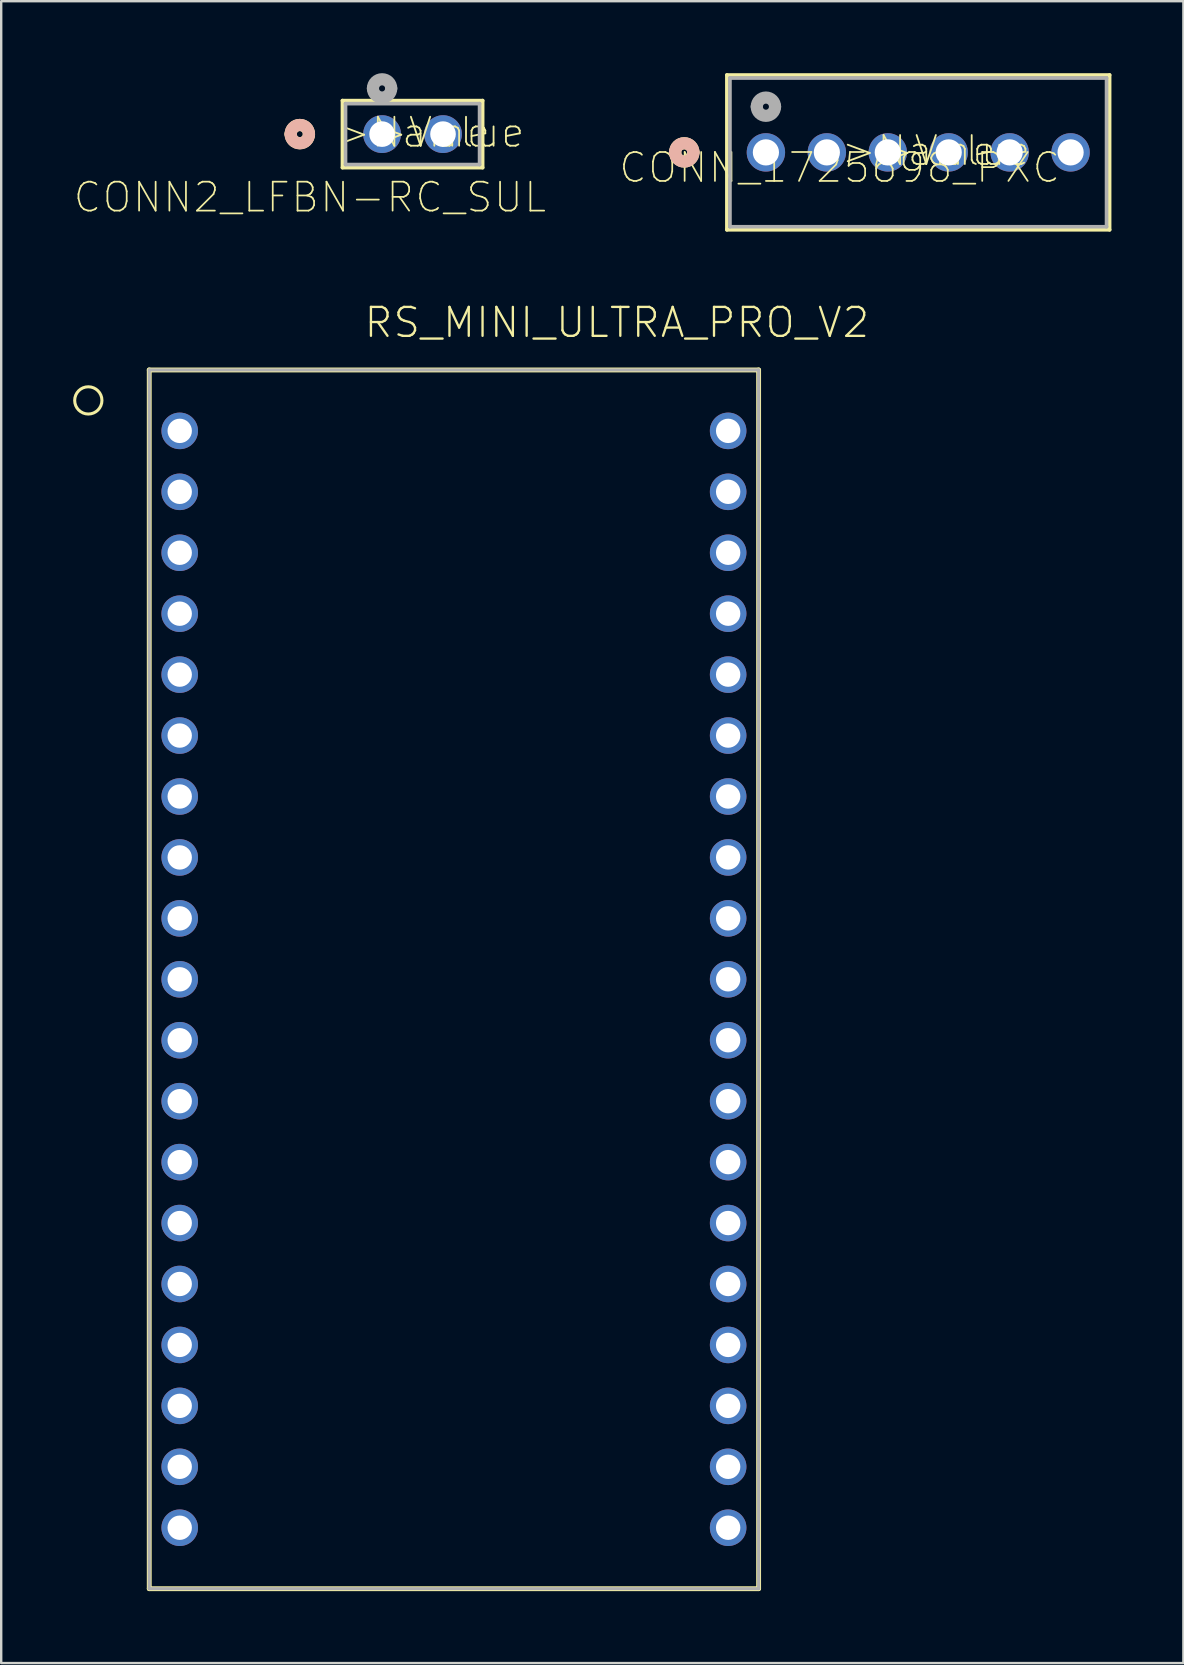
<source format=kicad_pcb>
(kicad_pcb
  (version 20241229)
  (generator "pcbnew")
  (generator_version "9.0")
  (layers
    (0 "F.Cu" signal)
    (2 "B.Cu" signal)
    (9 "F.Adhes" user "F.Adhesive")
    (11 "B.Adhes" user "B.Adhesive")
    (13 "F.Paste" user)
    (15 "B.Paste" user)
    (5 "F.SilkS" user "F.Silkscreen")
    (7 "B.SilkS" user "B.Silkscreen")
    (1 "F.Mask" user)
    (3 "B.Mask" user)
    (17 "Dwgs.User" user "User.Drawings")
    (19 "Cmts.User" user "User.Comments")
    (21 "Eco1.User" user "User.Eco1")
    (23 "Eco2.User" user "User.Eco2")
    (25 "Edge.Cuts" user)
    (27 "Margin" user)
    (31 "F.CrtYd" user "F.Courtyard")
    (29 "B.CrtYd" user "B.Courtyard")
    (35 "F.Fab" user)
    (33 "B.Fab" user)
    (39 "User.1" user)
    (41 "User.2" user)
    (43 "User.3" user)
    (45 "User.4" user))
  (footprint "CONN_1725698_PXC"
    (layer "F.Cu")
    (at 28.875 3.302)
    (property "Reference" "CONN_1725698_PXC" (at 3.073 0.635 0) (layer "F.SilkS") (effects (font (size 1.206 1.206) (thickness 0.072))))
    (attr through_hole)
    (fp_line (start -1.626 -3.226) (end -1.626 3.226) (stroke (width 0.152) (type solid)) (layer "F.SilkS"))
    (fp_line (start -1.626 3.226) (end 14.326 3.226) (stroke (width 0.152) (type solid)) (layer "F.SilkS"))
    (fp_line (start 14.326 -3.226) (end -1.626 -3.226) (stroke (width 0.152) (type solid)) (layer "F.SilkS"))
    (fp_line (start 14.326 3.226) (end 14.326 -3.226) (stroke (width 0.152) (type solid)) (layer "F.SilkS"))
    (fp_arc (start -3.7846 0) (mid -3.4036 -0.381) (end -3.0226 0) (stroke (width 0.508) (type solid)) (layer "F.SilkS"))
    (fp_arc (start -3.0226 0) (mid -3.4036 0.381) (end -3.7846 0) (stroke (width 0.508) (type solid)) (layer "F.SilkS"))
    (fp_arc (start -3.7846 0) (mid -3.4036 -0.381) (end -3.0226 0) (stroke (width 0.508) (type solid)) (layer "B.SilkS"))
    (fp_arc (start -3.0226 0) (mid -3.4036 0.381) (end -3.7846 0) (stroke (width 0.508) (type solid)) (layer "B.SilkS"))
    (fp_line (start -1.499 -3.099) (end -1.499 3.099) (stroke (width 0.152) (type solid)) (layer "F.Fab"))
    (fp_line (start -1.499 3.099) (end 14.199 3.099) (stroke (width 0.152) (type solid)) (layer "F.Fab"))
    (fp_line (start 14.199 -3.099) (end -1.499 -3.099) (stroke (width 0.152) (type solid)) (layer "F.Fab"))
    (fp_line (start 14.199 3.099) (end 14.199 -3.099) (stroke (width 0.152) (type solid)) (layer "F.Fab"))
    (fp_arc (start -0.381 -1.905) (mid 0 -2.286) (end 0.381 -1.905) (stroke (width 0.508) (type solid)) (layer "F.Fab"))
    (fp_arc (start 0.381 -1.905) (mid 0 -1.524) (end -0.381 -1.905) (stroke (width 0.508) (type solid)) (layer "F.Fab"))
    (fp_text user ">Value" (at 4.623 0.635 0) (layer "F.SilkS") (effects (font (size 1.206 1.206) (thickness 0.076)) (justify left bottom)))
    (fp_text user ">Name" (at 3.073 0.635 0) (layer "F.SilkS") (effects (font (size 1.206 1.206) (thickness 0.076)) (justify left bottom)))
    (pad "1" thru_hole circle (at 0 0) (size 1.6 1.6) (drill 1.092) (layers "*.Cu" "*.Mask"))
    (pad "2" thru_hole circle (at 2.54 0) (size 1.6 1.6) (drill 1.092) (layers "*.Cu" "*.Mask"))
    (pad "3" thru_hole circle (at 5.08 0) (size 1.6 1.6) (drill 1.092) (layers "*.Cu" "*.Mask"))
    (pad "4" thru_hole circle (at 7.62 0) (size 1.6 1.6) (drill 1.092) (layers "*.Cu" "*.Mask"))
    (pad "5" thru_hole circle (at 10.16 0) (size 1.6 1.6) (drill 1.092) (layers "*.Cu" "*.Mask"))
    (pad "6" thru_hole circle (at 12.7 0) (size 1.6 1.6) (drill 1.092) (layers "*.Cu" "*.Mask")))
  (footprint "RS_MINI_ULTRA_PRO_V2"
    (layer "F.Cu")
    (at 15.871 37.77)
    (property "Reference" "RS_MINI_ULTRA_PRO_V2" (at -3.81 -26.67 0) (layer "F.SilkS") (effects (font (size 1.206 1.206) (thickness 0.097)) (justify left bottom)))
    (attr through_hole)
    (fp_line (start -12.7 -25.4) (end 12.7 -25.4) (stroke (width 0.203) (type solid)) (layer "F.SilkS"))
    (fp_line (start -12.7 25.4) (end -12.7 -25.4) (stroke (width 0.203) (type solid)) (layer "F.SilkS"))
    (fp_line (start 12.7 -25.4) (end 12.7 25.4) (stroke (width 0.203) (type solid)) (layer "F.SilkS"))
    (fp_line (start 12.7 25.4) (end -12.7 25.4) (stroke (width 0.203) (type solid)) (layer "F.SilkS"))
    (fp_circle (center -15.24 -24.13) (end -14.672 -24.13) (stroke (width 0.127) (type solid)) (fill no) (layer "F.SilkS"))
    (fp_line (start -12.7 -25.4) (end 12.7 -25.4) (stroke (width 0.127) (type solid)) (layer "F.Fab"))
    (fp_line (start -12.7 25.4) (end -12.7 -25.4) (stroke (width 0.127) (type solid)) (layer "F.Fab"))
    (fp_line (start 12.7 -25.4) (end 12.7 25.4) (stroke (width 0.127) (type solid)) (layer "F.Fab"))
    (fp_line (start 12.7 25.4) (end -12.7 25.4) (stroke (width 0.127) (type solid)) (layer "F.Fab"))
    (pad "1" thru_hole circle (at -11.43 -22.86 270) (size 1.524 1.524) (drill 1.016) (layers "*.Cu" "*.Mask"))
    (pad "2" thru_hole circle (at -11.43 -20.32 270) (size 1.524 1.524) (drill 1.016) (layers "*.Cu" "*.Mask"))
    (pad "3" thru_hole circle (at -11.43 -17.78 270) (size 1.524 1.524) (drill 1.016) (layers "*.Cu" "*.Mask"))
    (pad "4" thru_hole circle (at -11.43 -15.24 270) (size 1.524 1.524) (drill 1.016) (layers "*.Cu" "*.Mask"))
    (pad "5" thru_hole circle (at -11.43 -12.7 270) (size 1.524 1.524) (drill 1.016) (layers "*.Cu" "*.Mask"))
    (pad "6" thru_hole circle (at -11.43 -10.16 270) (size 1.524 1.524) (drill 1.016) (layers "*.Cu" "*.Mask"))
    (pad "7" thru_hole circle (at -11.43 -7.62 270) (size 1.524 1.524) (drill 1.016) (layers "*.Cu" "*.Mask"))
    (pad "8" thru_hole circle (at -11.43 -5.08 270) (size 1.524 1.524) (drill 1.016) (layers "*.Cu" "*.Mask"))
    (pad "9" thru_hole circle (at -11.43 -2.54 270) (size 1.524 1.524) (drill 1.016) (layers "*.Cu" "*.Mask"))
    (pad "10" thru_hole circle (at -11.43 0 270) (size 1.524 1.524) (drill 1.016) (layers "*.Cu" "*.Mask"))
    (pad "11" thru_hole circle (at -11.43 2.54 270) (size 1.524 1.524) (drill 1.016) (layers "*.Cu" "*.Mask"))
    (pad "12" thru_hole circle (at -11.43 5.08 270) (size 1.524 1.524) (drill 1.016) (layers "*.Cu" "*.Mask"))
    (pad "13" thru_hole circle (at -11.43 7.62 270) (size 1.524 1.524) (drill 1.016) (layers "*.Cu" "*.Mask"))
    (pad "14" thru_hole circle (at -11.43 10.16) (size 1.524 1.524) (drill 1.016) (layers "*.Cu" "*.Mask"))
    (pad "15" thru_hole circle (at -11.43 12.7 270) (size 1.524 1.524) (drill 1.016) (layers "*.Cu" "*.Mask"))
    (pad "16" thru_hole circle (at -11.43 15.24 270) (size 1.524 1.524) (drill 1.016) (layers "*.Cu" "*.Mask"))
    (pad "17" thru_hole circle (at -11.43 17.78 270) (size 1.524 1.524) (drill 1.016) (layers "*.Cu" "*.Mask"))
    (pad "18" thru_hole circle (at -11.43 20.32 270) (size 1.524 1.524) (drill 1.016) (layers "*.Cu" "*.Mask"))
    (pad "19" thru_hole circle (at -11.43 22.86 270) (size 1.524 1.524) (drill 1.016) (layers "*.Cu" "*.Mask"))
    (pad "20" thru_hole circle (at 11.43 22.86 270) (size 1.524 1.524) (drill 1.016) (layers "*.Cu" "*.Mask"))
    (pad "21" thru_hole circle (at 11.43 20.32 270) (size 1.524 1.524) (drill 1.016) (layers "*.Cu" "*.Mask"))
    (pad "22" thru_hole circle (at 11.43 17.78 270) (size 1.524 1.524) (drill 1.016) (layers "*.Cu" "*.Mask"))
    (pad "23" thru_hole circle (at 11.43 15.24 270) (size 1.524 1.524) (drill 1.016) (layers "*.Cu" "*.Mask"))
    (pad "24" thru_hole circle (at 11.43 12.7 270) (size 1.524 1.524) (drill 1.016) (layers "*.Cu" "*.Mask"))
    (pad "25" thru_hole circle (at 11.43 10.16 270) (size 1.524 1.524) (drill 1.016) (layers "*.Cu" "*.Mask"))
    (pad "26" thru_hole circle (at 11.43 7.62 270) (size 1.524 1.524) (drill 1.016) (layers "*.Cu" "*.Mask"))
    (pad "27" thru_hole circle (at 11.43 5.08 270) (size 1.524 1.524) (drill 1.016) (layers "*.Cu" "*.Mask"))
    (pad "28" thru_hole circle (at 11.43 2.54 270) (size 1.524 1.524) (drill 1.016) (layers "*.Cu" "*.Mask"))
    (pad "29" thru_hole circle (at 11.43 0 270) (size 1.524 1.524) (drill 1.016) (layers "*.Cu" "*.Mask"))
    (pad "30" thru_hole circle (at 11.43 -2.54 270) (size 1.524 1.524) (drill 1.016) (layers "*.Cu" "*.Mask"))
    (pad "31" thru_hole circle (at 11.43 -5.08 270) (size 1.524 1.524) (drill 1.016) (layers "*.Cu" "*.Mask"))
    (pad "32" thru_hole circle (at 11.43 -7.62 270) (size 1.524 1.524) (drill 1.016) (layers "*.Cu" "*.Mask"))
    (pad "33" thru_hole circle (at 11.43 -10.16 270) (size 1.524 1.524) (drill 1.016) (layers "*.Cu" "*.Mask"))
    (pad "34" thru_hole circle (at 11.43 -12.7 270) (size 1.524 1.524) (drill 1.016) (layers "*.Cu" "*.Mask"))
    (pad "35" thru_hole circle (at 11.43 -15.24) (size 1.524 1.524) (drill 1.016) (layers "*.Cu" "*.Mask"))
    (pad "36" thru_hole circle (at 11.43 -17.78 270) (size 1.524 1.524) (drill 1.016) (layers "*.Cu" "*.Mask"))
    (pad "37" thru_hole circle (at 11.43 -20.32 270) (size 1.524 1.524) (drill 1.016) (layers "*.Cu" "*.Mask"))
    (pad "38" thru_hole circle (at 11.43 -22.86) (size 1.524 1.524) (drill 1.016) (layers "*.Cu" "*.Mask")))
  (footprint "CONN2_LFBN-RC_SUL"
    (layer "F.Cu")
    (at 12.876 2.54)
    (property "Reference" "CONN2_LFBN-RC_SUL" (at -3.007 2.635 0) (layer "F.SilkS") (effects (font (size 1.206 1.206) (thickness 0.072))))
    (attr through_hole)
    (fp_line (start -1.651 -1.397) (end -1.651 1.397) (stroke (width 0.152) (type solid)) (layer "F.SilkS"))
    (fp_line (start -1.651 1.397) (end 4.191 1.397) (stroke (width 0.152) (type solid)) (layer "F.SilkS"))
    (fp_line (start 4.191 -1.397) (end -1.651 -1.397) (stroke (width 0.152) (type solid)) (layer "F.SilkS"))
    (fp_line (start 4.191 1.397) (end 4.191 -1.397) (stroke (width 0.152) (type solid)) (layer "F.SilkS"))
    (fp_arc (start -3.81 0) (mid -3.429 -0.381) (end -3.048 0) (stroke (width 0.508) (type solid)) (layer "F.SilkS"))
    (fp_arc (start -3.048 0) (mid -3.429 0.381) (end -3.81 0) (stroke (width 0.508) (type solid)) (layer "F.SilkS"))
    (fp_arc (start -3.81 0) (mid -3.429 -0.381) (end -3.048 0) (stroke (width 0.508) (type solid)) (layer "B.SilkS"))
    (fp_arc (start -3.048 0) (mid -3.429 0.381) (end -3.81 0) (stroke (width 0.508) (type solid)) (layer "B.SilkS"))
    (fp_line (start -1.524 -1.27) (end -1.524 1.27) (stroke (width 0.152) (type solid)) (layer "F.Fab"))
    (fp_line (start -1.524 1.27) (end 4.064 1.27) (stroke (width 0.152) (type solid)) (layer "F.Fab"))
    (fp_line (start 4.064 -1.27) (end -1.524 -1.27) (stroke (width 0.152) (type solid)) (layer "F.Fab"))
    (fp_line (start 4.064 1.27) (end 4.064 -1.27) (stroke (width 0.152) (type solid)) (layer "F.Fab"))
    (fp_arc (start -0.381 -1.905) (mid 0 -2.286) (end 0.381 -1.905) (stroke (width 0.508) (type solid)) (layer "F.Fab"))
    (fp_arc (start 0.381 -1.905) (mid 0 -1.524) (end -0.381 -1.905) (stroke (width 0.508) (type solid)) (layer "F.Fab"))
    (fp_text user ">Name" (at -2.007 0.635 0) (layer "F.SilkS") (effects (font (size 1.206 1.206) (thickness 0.076)) (justify left bottom)))
    (fp_text user ">Value" (at -0.457 0.635 0) (layer "F.SilkS") (effects (font (size 1.206 1.206) (thickness 0.076)) (justify left bottom)))
    (pad "1" thru_hole circle (at 0 0) (size 1.575 1.575) (drill 1.067) (layers "*.Cu" "*.Mask"))
    (pad "2" thru_hole circle (at 2.54 0) (size 1.575 1.575) (drill 1.067) (layers "*.Cu" "*.Mask")))
  (gr_rect
    (start -3 -3)
    (end 46.277 66.272)
    (stroke (width 0.1) (type default))
    (fill no)
    (layer "Edge.Cuts")))
</source>
